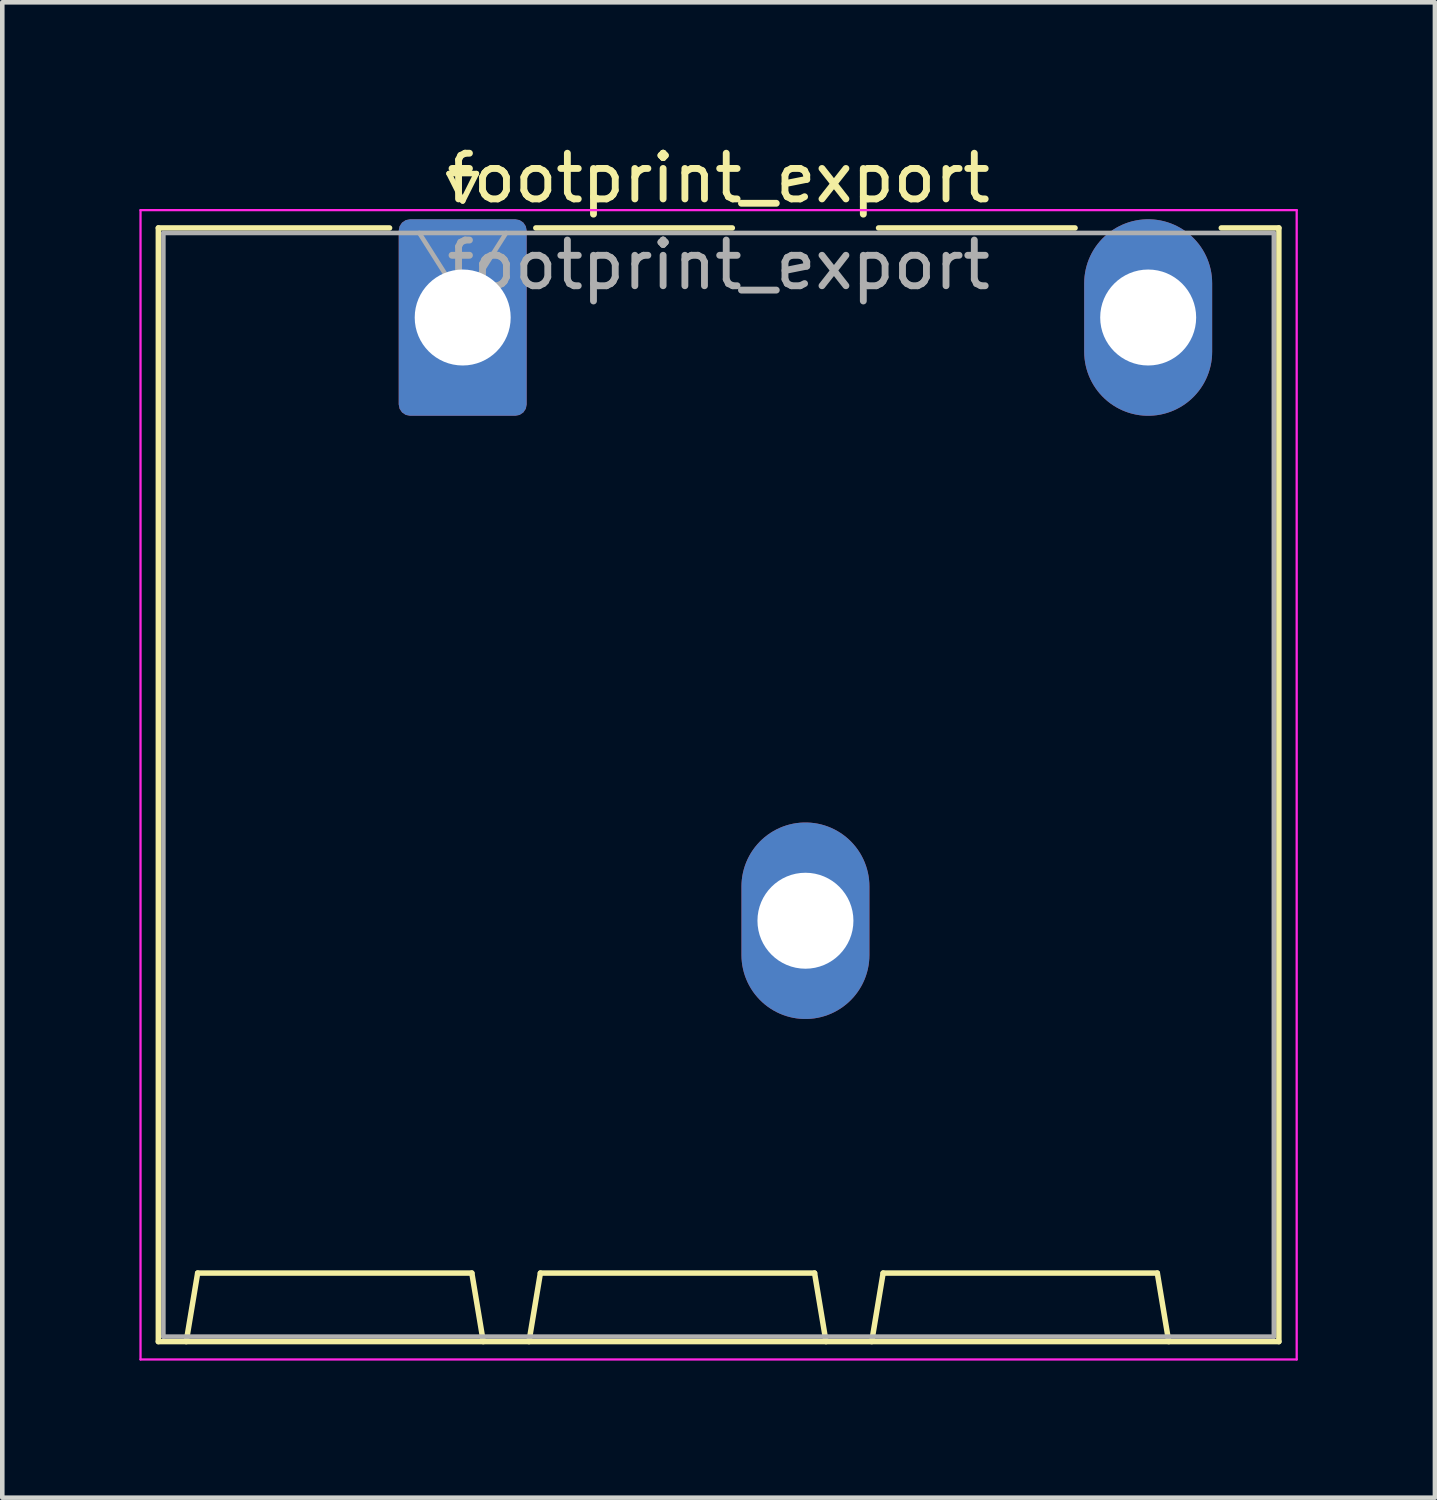
<source format=kicad_pcb>
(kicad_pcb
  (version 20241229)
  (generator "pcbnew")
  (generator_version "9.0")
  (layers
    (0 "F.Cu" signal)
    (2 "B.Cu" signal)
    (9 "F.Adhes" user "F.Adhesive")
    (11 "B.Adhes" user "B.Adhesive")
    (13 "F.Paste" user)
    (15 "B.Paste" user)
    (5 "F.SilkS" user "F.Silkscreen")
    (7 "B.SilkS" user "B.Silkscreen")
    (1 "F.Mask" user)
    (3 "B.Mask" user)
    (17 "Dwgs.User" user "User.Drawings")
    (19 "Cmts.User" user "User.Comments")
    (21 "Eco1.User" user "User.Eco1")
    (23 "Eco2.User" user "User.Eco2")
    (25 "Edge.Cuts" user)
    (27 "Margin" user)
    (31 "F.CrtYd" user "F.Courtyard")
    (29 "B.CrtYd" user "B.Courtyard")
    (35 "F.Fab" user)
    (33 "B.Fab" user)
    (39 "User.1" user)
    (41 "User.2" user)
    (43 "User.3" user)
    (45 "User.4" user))
  (footprint "footprint_export"
    (layer "F.Cu")
    (at 7.075 3.898)
    (property "Reference" "footprint_export" (at 5.6 -3.05 0) (layer "F.SilkS") (effects (font (size 1 1) (thickness 0.15))))
    (attr through_hole)
    (fp_line (start -6.66 -1.96) (end -1.6 -1.96) (stroke (width 0.12) (type solid)) (layer "F.SilkS"))
    (fp_line (start -6.66 22.41) (end -6.66 -1.96) (stroke (width 0.12) (type solid)) (layer "F.SilkS"))
    (fp_line (start -6.05 22.41) (end -5.8 20.91) (stroke (width 0.12) (type solid)) (layer "F.SilkS"))
    (fp_line (start -5.8 20.91) (end 0.2 20.91) (stroke (width 0.12) (type solid)) (layer "F.SilkS"))
    (fp_line (start -0.3 -3.15) (end 0 -2.55) (stroke (width 0.12) (type solid)) (layer "F.SilkS"))
    (fp_line (start -0.3 -3.15) (end 0.3 -3.15) (stroke (width 0.12) (type solid)) (layer "F.SilkS"))
    (fp_line (start 0.3 -3.15) (end 0 -2.55) (stroke (width 0.12) (type solid)) (layer "F.SilkS"))
    (fp_line (start 0.45 22.41) (end 0.2 20.91) (stroke (width 0.12) (type solid)) (layer "F.SilkS"))
    (fp_line (start 1.45 22.41) (end 1.7 20.91) (stroke (width 0.12) (type solid)) (layer "F.SilkS"))
    (fp_line (start 1.6 -1.96) (end 5.9 -1.96) (stroke (width 0.12) (type solid)) (layer "F.SilkS"))
    (fp_line (start 1.7 20.91) (end 7.7 20.91) (stroke (width 0.12) (type solid)) (layer "F.SilkS"))
    (fp_line (start 7.95 22.41) (end 7.7 20.91) (stroke (width 0.12) (type solid)) (layer "F.SilkS"))
    (fp_line (start 8.95 22.41) (end 9.2 20.91) (stroke (width 0.12) (type solid)) (layer "F.SilkS"))
    (fp_line (start 9.1 -1.96) (end 13.4 -1.96) (stroke (width 0.12) (type solid)) (layer "F.SilkS"))
    (fp_line (start 9.2 20.91) (end 15.2 20.91) (stroke (width 0.12) (type solid)) (layer "F.SilkS"))
    (fp_line (start 15.45 22.41) (end 15.2 20.91) (stroke (width 0.12) (type solid)) (layer "F.SilkS"))
    (fp_line (start 16.6 -1.96) (end 17.86 -1.96) (stroke (width 0.12) (type solid)) (layer "F.SilkS"))
    (fp_line (start 17.86 -1.96) (end 17.86 22.41) (stroke (width 0.12) (type solid)) (layer "F.SilkS"))
    (fp_line (start 17.86 22.41) (end -6.66 22.41) (stroke (width 0.12) (type solid)) (layer "F.SilkS"))
    (fp_line (start -7.05 -2.35) (end -7.05 22.8) (stroke (width 0.05) (type solid)) (layer "F.CrtYd"))
    (fp_line (start -7.05 22.8) (end 18.25 22.8) (stroke (width 0.05) (type solid)) (layer "F.CrtYd"))
    (fp_line (start 18.25 -2.35) (end -7.05 -2.35) (stroke (width 0.05) (type solid)) (layer "F.CrtYd"))
    (fp_line (start 18.25 22.8) (end 18.25 -2.35) (stroke (width 0.05) (type solid)) (layer "F.CrtYd"))
    (fp_line (start -6.55 -1.85) (end -6.55 22.3) (stroke (width 0.1) (type solid)) (layer "F.Fab"))
    (fp_line (start -6.55 22.3) (end 17.75 22.3) (stroke (width 0.1) (type solid)) (layer "F.Fab"))
    (fp_line (start -0.95 -1.85) (end 0 -0.35) (stroke (width 0.1) (type solid)) (layer "F.Fab"))
    (fp_line (start 0.95 -1.85) (end 0 -0.35) (stroke (width 0.1) (type solid)) (layer "F.Fab"))
    (fp_line (start 17.75 -1.85) (end -6.55 -1.85) (stroke (width 0.1) (type solid)) (layer "F.Fab"))
    (fp_line (start 17.75 22.3) (end 17.75 -1.85) (stroke (width 0.1) (type solid)) (layer "F.Fab"))
    (fp_text user "${REFERENCE}" (at 5.6 -1.15 0) (layer "F.Fab") (effects (font (size 1 1) (thickness 0.15))))
    (pad "1" thru_hole roundrect (at 0 0) (size 2.8 4.3) (drill 2.1) (layers "*.Cu" "*.Mask") (roundrect_rratio 0.089))
    (pad "2" thru_hole oval (at 7.5 13.2) (size 2.8 4.3) (drill 2.1) (layers "*.Cu" "*.Mask"))
    (pad "3" thru_hole oval (at 15 0) (size 2.8 4.3) (drill 2.1) (layers "*.Cu" "*.Mask")))
  (gr_rect
    (start -3 -3)
    (end 28.35 29.723)
    (stroke (width 0.1) (type default))
    (fill no)
    (layer "Edge.Cuts")))
</source>
